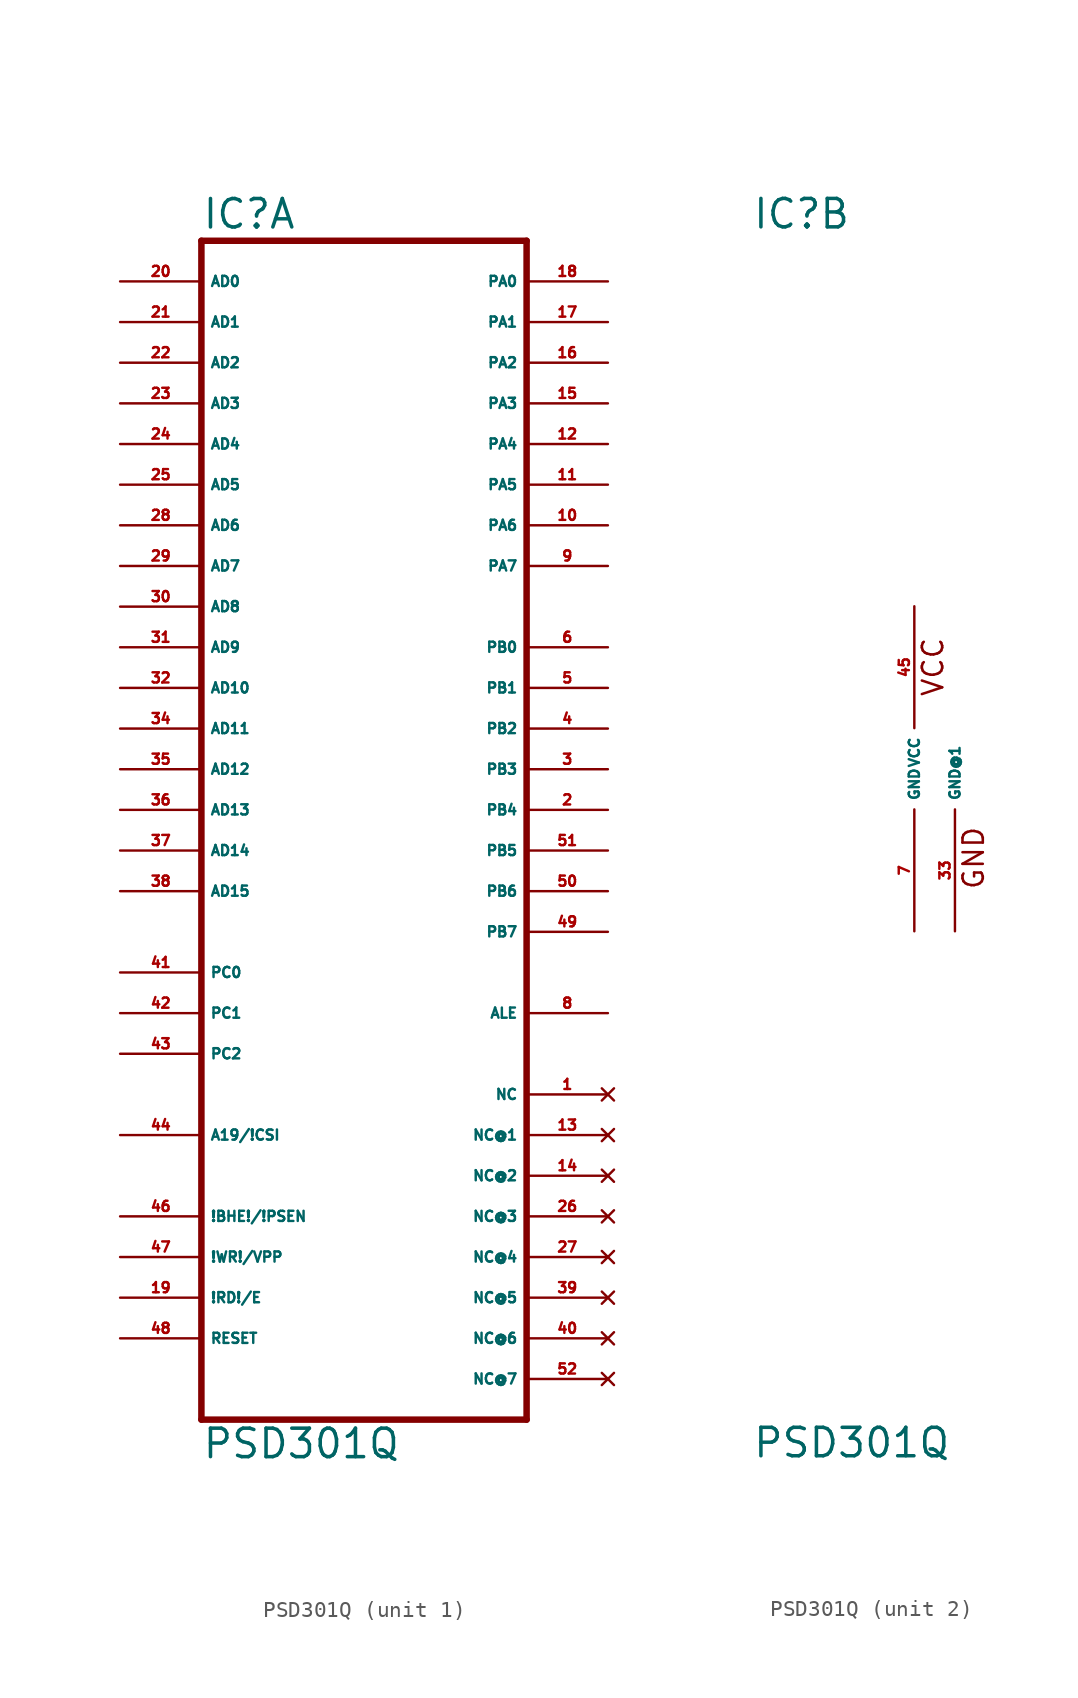
<source format=kicad_sym>
(kicad_symbol_lib
  (version 20220914)
  (generator Eagle2Kicad)
  (symbol "PSD301Q"
    (property "Reference" "IC"
      (at -10.16 33.655 0)
      (effects (font (size 1.778 1.778) (thickness 0.22)) (justify left bottom)))
    (property "Value" "PSD301Q"
      (at -10.16 -43.18 0)
      (effects (font (size 1.778 1.778) (thickness 0.22)) (justify left bottom)))
    (symbol "PSD301Q_1_0"
      (polyline (pts (xy -10.16 -40.64) (xy 10.16 -40.64)) (stroke (width 0.406) (type default)) (fill (type none)))
      (polyline (pts (xy 10.16 -40.64) (xy 10.16 33.02)) (stroke (width 0.406) (type default)) (fill (type none)))
      (polyline (pts (xy 10.16 33.02) (xy -10.16 33.02)) (stroke (width 0.406) (type default)) (fill (type none)))
      (polyline (pts (xy -10.16 33.02) (xy -10.16 -40.64)) (stroke (width 0.406) (type default)) (fill (type none)))
      (pin input line (at -15.24 30.48 0) (length 5.08) (name "AD0" (effects (font (size 0.635 0.635) (thickness 0.08)) (justify left bottom))) (number "20" (effects (font (size 0.635 0.635) (thickness 0.08)) (justify left bottom))))
      (pin input line (at -15.24 27.94 0) (length 5.08) (name "AD1" (effects (font (size 0.635 0.635) (thickness 0.08)) (justify left bottom))) (number "21" (effects (font (size 0.635 0.635) (thickness 0.08)) (justify left bottom))))
      (pin input line (at -15.24 25.4 0) (length 5.08) (name "AD2" (effects (font (size 0.635 0.635) (thickness 0.08)) (justify left bottom))) (number "22" (effects (font (size 0.635 0.635) (thickness 0.08)) (justify left bottom))))
      (pin input line (at -15.24 22.86 0) (length 5.08) (name "AD3" (effects (font (size 0.635 0.635) (thickness 0.08)) (justify left bottom))) (number "23" (effects (font (size 0.635 0.635) (thickness 0.08)) (justify left bottom))))
      (pin input line (at -15.24 20.32 0) (length 5.08) (name "AD4" (effects (font (size 0.635 0.635) (thickness 0.08)) (justify left bottom))) (number "24" (effects (font (size 0.635 0.635) (thickness 0.08)) (justify left bottom))))
      (pin input line (at -15.24 17.78 0) (length 5.08) (name "AD5" (effects (font (size 0.635 0.635) (thickness 0.08)) (justify left bottom))) (number "25" (effects (font (size 0.635 0.635) (thickness 0.08)) (justify left bottom))))
      (pin input line (at -15.24 15.24 0) (length 5.08) (name "AD6" (effects (font (size 0.635 0.635) (thickness 0.08)) (justify left bottom))) (number "28" (effects (font (size 0.635 0.635) (thickness 0.08)) (justify left bottom))))
      (pin input line (at -15.24 12.7 0) (length 5.08) (name "AD7" (effects (font (size 0.635 0.635) (thickness 0.08)) (justify left bottom))) (number "29" (effects (font (size 0.635 0.635) (thickness 0.08)) (justify left bottom))))
      (pin input line (at -15.24 10.16 0) (length 5.08) (name "AD8" (effects (font (size 0.635 0.635) (thickness 0.08)) (justify left bottom))) (number "30" (effects (font (size 0.635 0.635) (thickness 0.08)) (justify left bottom))))
      (pin input line (at -15.24 7.62 0) (length 5.08) (name "AD9" (effects (font (size 0.635 0.635) (thickness 0.08)) (justify left bottom))) (number "31" (effects (font (size 0.635 0.635) (thickness 0.08)) (justify left bottom))))
      (pin input line (at -15.24 5.08 0) (length 5.08) (name "AD10" (effects (font (size 0.635 0.635) (thickness 0.08)) (justify left bottom))) (number "32" (effects (font (size 0.635 0.635) (thickness 0.08)) (justify left bottom))))
      (pin input line (at -15.24 2.54 0) (length 5.08) (name "AD11" (effects (font (size 0.635 0.635) (thickness 0.08)) (justify left bottom))) (number "34" (effects (font (size 0.635 0.635) (thickness 0.08)) (justify left bottom))))
      (pin input line (at -15.24 0 0) (length 5.08) (name "AD12" (effects (font (size 0.635 0.635) (thickness 0.08)) (justify left bottom))) (number "35" (effects (font (size 0.635 0.635) (thickness 0.08)) (justify left bottom))))
      (pin input line (at -15.24 -2.54 0) (length 5.08) (name "AD13" (effects (font (size 0.635 0.635) (thickness 0.08)) (justify left bottom))) (number "36" (effects (font (size 0.635 0.635) (thickness 0.08)) (justify left bottom))))
      (pin input line (at -15.24 -5.08 0) (length 5.08) (name "AD14" (effects (font (size 0.635 0.635) (thickness 0.08)) (justify left bottom))) (number "37" (effects (font (size 0.635 0.635) (thickness 0.08)) (justify left bottom))))
      (pin input line (at -15.24 -7.62 0) (length 5.08) (name "AD15" (effects (font (size 0.635 0.635) (thickness 0.08)) (justify left bottom))) (number "38" (effects (font (size 0.635 0.635) (thickness 0.08)) (justify left bottom))))
      (pin input line (at -15.24 -12.7 0) (length 5.08) (name "PC0" (effects (font (size 0.635 0.635) (thickness 0.08)) (justify left bottom))) (number "41" (effects (font (size 0.635 0.635) (thickness 0.08)) (justify left bottom))))
      (pin input line (at -15.24 -15.24 0) (length 5.08) (name "PC1" (effects (font (size 0.635 0.635) (thickness 0.08)) (justify left bottom))) (number "42" (effects (font (size 0.635 0.635) (thickness 0.08)) (justify left bottom))))
      (pin input line (at -15.24 -17.78 0) (length 5.08) (name "PC2" (effects (font (size 0.635 0.635) (thickness 0.08)) (justify left bottom))) (number "43" (effects (font (size 0.635 0.635) (thickness 0.08)) (justify left bottom))))
      (pin input line (at -15.24 -22.86 0) (length 5.08) (name "A19/!CSI" (effects (font (size 0.635 0.635) (thickness 0.08)) (justify left bottom))) (number "44" (effects (font (size 0.635 0.635) (thickness 0.08)) (justify left bottom))))
      (pin bidirectional line (at 15.24 30.48 180) (length 5.08) (name "PA0" (effects (font (size 0.635 0.635) (thickness 0.08)) (justify left bottom))) (number "18" (effects (font (size 0.635 0.635) (thickness 0.08)) (justify left bottom))))
      (pin bidirectional line (at 15.24 27.94 180) (length 5.08) (name "PA1" (effects (font (size 0.635 0.635) (thickness 0.08)) (justify left bottom))) (number "17" (effects (font (size 0.635 0.635) (thickness 0.08)) (justify left bottom))))
      (pin bidirectional line (at 15.24 25.4 180) (length 5.08) (name "PA2" (effects (font (size 0.635 0.635) (thickness 0.08)) (justify left bottom))) (number "16" (effects (font (size 0.635 0.635) (thickness 0.08)) (justify left bottom))))
      (pin bidirectional line (at 15.24 22.86 180) (length 5.08) (name "PA3" (effects (font (size 0.635 0.635) (thickness 0.08)) (justify left bottom))) (number "15" (effects (font (size 0.635 0.635) (thickness 0.08)) (justify left bottom))))
      (pin bidirectional line (at 15.24 20.32 180) (length 5.08) (name "PA4" (effects (font (size 0.635 0.635) (thickness 0.08)) (justify left bottom))) (number "12" (effects (font (size 0.635 0.635) (thickness 0.08)) (justify left bottom))))
      (pin bidirectional line (at 15.24 17.78 180) (length 5.08) (name "PA5" (effects (font (size 0.635 0.635) (thickness 0.08)) (justify left bottom))) (number "11" (effects (font (size 0.635 0.635) (thickness 0.08)) (justify left bottom))))
      (pin bidirectional line (at 15.24 15.24 180) (length 5.08) (name "PA6" (effects (font (size 0.635 0.635) (thickness 0.08)) (justify left bottom))) (number "10" (effects (font (size 0.635 0.635) (thickness 0.08)) (justify left bottom))))
      (pin bidirectional line (at 15.24 12.7 180) (length 5.08) (name "PA7" (effects (font (size 0.635 0.635) (thickness 0.08)) (justify left bottom))) (number "9" (effects (font (size 0.635 0.635) (thickness 0.08)) (justify left bottom))))
      (pin output line (at 15.24 7.62 180) (length 5.08) (name "PB0" (effects (font (size 0.635 0.635) (thickness 0.08)) (justify left bottom))) (number "6" (effects (font (size 0.635 0.635) (thickness 0.08)) (justify left bottom))))
      (pin output line (at 15.24 5.08 180) (length 5.08) (name "PB1" (effects (font (size 0.635 0.635) (thickness 0.08)) (justify left bottom))) (number "5" (effects (font (size 0.635 0.635) (thickness 0.08)) (justify left bottom))))
      (pin output line (at 15.24 2.54 180) (length 5.08) (name "PB2" (effects (font (size 0.635 0.635) (thickness 0.08)) (justify left bottom))) (number "4" (effects (font (size 0.635 0.635) (thickness 0.08)) (justify left bottom))))
      (pin output line (at 15.24 0 180) (length 5.08) (name "PB3" (effects (font (size 0.635 0.635) (thickness 0.08)) (justify left bottom))) (number "3" (effects (font (size 0.635 0.635) (thickness 0.08)) (justify left bottom))))
      (pin output line (at 15.24 -2.54 180) (length 5.08) (name "PB4" (effects (font (size 0.635 0.635) (thickness 0.08)) (justify left bottom))) (number "2" (effects (font (size 0.635 0.635) (thickness 0.08)) (justify left bottom))))
      (pin output line (at 15.24 -5.08 180) (length 5.08) (name "PB5" (effects (font (size 0.635 0.635) (thickness 0.08)) (justify left bottom))) (number "51" (effects (font (size 0.635 0.635) (thickness 0.08)) (justify left bottom))))
      (pin output line (at 15.24 -7.62 180) (length 5.08) (name "PB6" (effects (font (size 0.635 0.635) (thickness 0.08)) (justify left bottom))) (number "50" (effects (font (size 0.635 0.635) (thickness 0.08)) (justify left bottom))))
      (pin output line (at 15.24 -10.16 180) (length 5.08) (name "PB7" (effects (font (size 0.635 0.635) (thickness 0.08)) (justify left bottom))) (number "49" (effects (font (size 0.635 0.635) (thickness 0.08)) (justify left bottom))))
      (pin output line (at 15.24 -15.24 180) (length 5.08) (name "ALE" (effects (font (size 0.635 0.635) (thickness 0.08)) (justify left bottom))) (number "8" (effects (font (size 0.635 0.635) (thickness 0.08)) (justify left bottom))))
      (pin input line (at -15.24 -27.94 0) (length 5.08) (name "!BHE!/!PSEN" (effects (font (size 0.635 0.635) (thickness 0.08)) (justify left bottom))) (number "46" (effects (font (size 0.635 0.635) (thickness 0.08)) (justify left bottom))))
      (pin input line (at -15.24 -30.48 0) (length 5.08) (name "!WR!/VPP" (effects (font (size 0.635 0.635) (thickness 0.08)) (justify left bottom))) (number "47" (effects (font (size 0.635 0.635) (thickness 0.08)) (justify left bottom))))
      (pin input line (at -15.24 -33.02 0) (length 5.08) (name "!RD!/E" (effects (font (size 0.635 0.635) (thickness 0.08)) (justify left bottom))) (number "19" (effects (font (size 0.635 0.635) (thickness 0.08)) (justify left bottom))))
      (pin input line (at -15.24 -35.56 0) (length 5.08) (name "RESET" (effects (font (size 0.635 0.635) (thickness 0.08)) (justify left bottom))) (number "48" (effects (font (size 0.635 0.635) (thickness 0.08)) (justify left bottom))))
      (pin no_connect line (at 15.24 -20.32 180) (length 5.08) (name "NC" (effects (font (size 0.635 0.635) (thickness 0.08)) (justify left bottom) hide)) (number "1" (effects (font (size 0.635 0.635) (thickness 0.08)) (justify left bottom) hide)))
      (pin no_connect line (at 15.24 -22.86 180) (length 5.08) (name "NC@1" (effects (font (size 0.635 0.635) (thickness 0.08)) (justify left bottom) hide)) (number "13" (effects (font (size 0.635 0.635) (thickness 0.08)) (justify left bottom) hide)))
      (pin no_connect line (at 15.24 -25.4 180) (length 5.08) (name "NC@2" (effects (font (size 0.635 0.635) (thickness 0.08)) (justify left bottom) hide)) (number "14" (effects (font (size 0.635 0.635) (thickness 0.08)) (justify left bottom) hide)))
      (pin no_connect line (at 15.24 -27.94 180) (length 5.08) (name "NC@3" (effects (font (size 0.635 0.635) (thickness 0.08)) (justify left bottom) hide)) (number "26" (effects (font (size 0.635 0.635) (thickness 0.08)) (justify left bottom) hide)))
      (pin no_connect line (at 15.24 -30.48 180) (length 5.08) (name "NC@4" (effects (font (size 0.635 0.635) (thickness 0.08)) (justify left bottom) hide)) (number "27" (effects (font (size 0.635 0.635) (thickness 0.08)) (justify left bottom) hide)))
      (pin no_connect line (at 15.24 -33.02 180) (length 5.08) (name "NC@5" (effects (font (size 0.635 0.635) (thickness 0.08)) (justify left bottom) hide)) (number "39" (effects (font (size 0.635 0.635) (thickness 0.08)) (justify left bottom) hide)))
      (pin no_connect line (at 15.24 -35.56 180) (length 5.08) (name "NC@6" (effects (font (size 0.635 0.635) (thickness 0.08)) (justify left bottom) hide)) (number "40" (effects (font (size 0.635 0.635) (thickness 0.08)) (justify left bottom) hide)))
      (pin no_connect line (at 15.24 -38.1 180) (length 5.08) (name "NC@7" (effects (font (size 0.635 0.635) (thickness 0.08)) (justify left bottom) hide)) (number "52" (effects (font (size 0.635 0.635) (thickness 0.08)) (justify left bottom) hide))))
    (symbol "PSD301Q_2_0"
      (text "VCC" (at 1.905 4.445 900) (effects (font (size 1.27 1.27) (thickness 0.16)) (justify left bottom)))
      (text "GND" (at 4.445 -7.62 900) (effects (font (size 1.27 1.27) (thickness 0.16)) (justify left bottom)))
      (pin unspecified line (at 0 10.16 270) (length 7.62) (name "VCC" (effects (font (size 0.635 0.635) (thickness 0.08)) (justify left bottom))) (number "45" (effects (font (size 0.635 0.635) (thickness 0.08)) (justify left bottom))))
      (pin unspecified line (at 0 -10.16 90) (length 7.62) (name "GND" (effects (font (size 0.635 0.635) (thickness 0.08)) (justify left bottom))) (number "7" (effects (font (size 0.635 0.635) (thickness 0.08)) (justify left bottom))))
      (pin unspecified line (at 2.54 -10.16 90) (length 7.62) (name "GND@1" (effects (font (size 0.635 0.635) (thickness 0.08)) (justify left bottom))) (number "33" (effects (font (size 0.635 0.635) (thickness 0.08)) (justify left bottom)))))))
</source>
